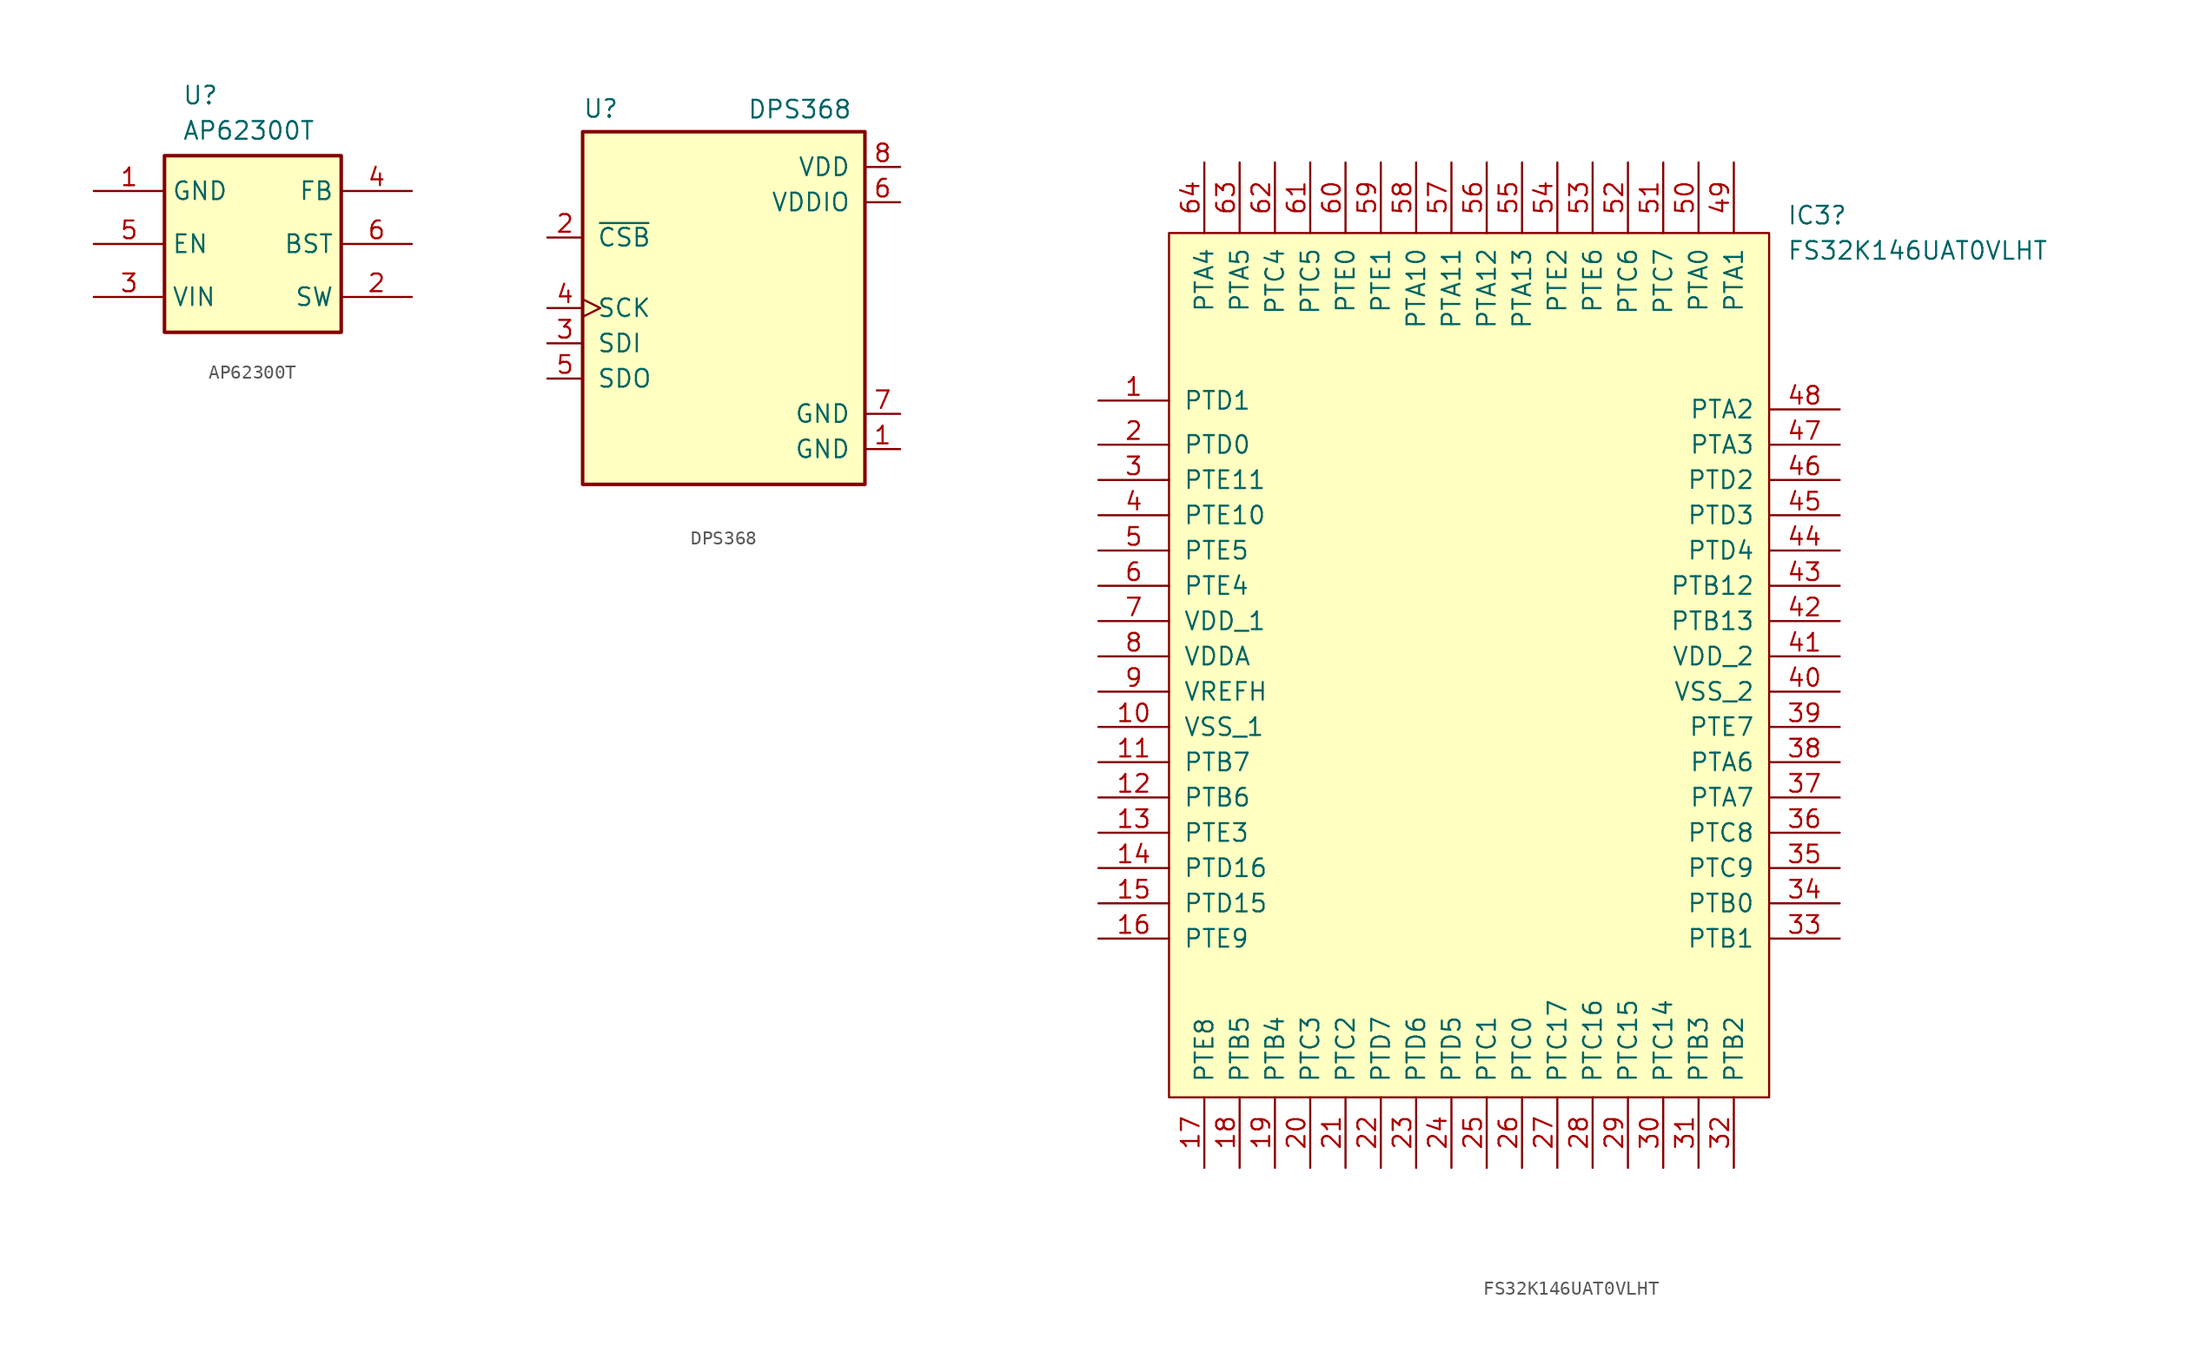
<source format=kicad_sym>
(kicad_symbol_lib
  (version 20231120)
  (generator "kicad_symbol_editor")
  (generator_version "8.0")
  (symbol "AP62300T"
    (property "Reference" "U"
      (at -5.08 11.43 0)
      (effects (font (size 1.27 1.27)) (justify left top)))
    (property "Value" "AP62300T"
      (at -5.08 8.89 0)
      (effects (font (size 1.27 1.27)) (justify left top)))
    (symbol "AP62300T_0_1"
      (rectangle (start -6.35 6.35) (end 6.35 -6.35) (stroke (width 0.254) (type default)) (fill (type background))))
    (symbol "AP62300T_1_0"
      (pin power_in line (at -11.43 3.81 0) (length 5.08) (name "GND" (effects (font (size 1.27 1.27)))) (number "1" (effects (font (size 1.27 1.27)))))
      (pin power_out line (at 11.43 -3.81 180) (length 5.08) (name "SW" (effects (font (size 1.27 1.27)))) (number "2" (effects (font (size 1.27 1.27)))))
      (pin power_in line (at -11.43 -3.81 0) (length 5.08) (name "VIN" (effects (font (size 1.27 1.27)))) (number "3" (effects (font (size 1.27 1.27)))))
      (pin bidirectional line (at 11.43 3.81 180) (length 5.08) (name "FB" (effects (font (size 1.27 1.27)))) (number "4" (effects (font (size 1.27 1.27)))))
      (pin bidirectional line (at -11.43 0 0) (length 5.08) (name "EN" (effects (font (size 1.27 1.27)))) (number "5" (effects (font (size 1.27 1.27)))))
      (pin bidirectional line (at 11.43 0 180) (length 5.08) (name "BST" (effects (font (size 1.27 1.27)))) (number "6" (effects (font (size 1.27 1.27)))))))
  (symbol "DPS368"
    (pin_names
      (offset 1.016))
    (property "Reference" "U"
      (at -10.16 13.614 0)
      (effects (font (size 1.27 1.27)) (justify left bottom)))
    (property "Value" "DPS368"
      (at 1.676 13.564 0)
      (effects (font (size 1.27 1.27)) (justify left bottom)))
    (symbol "DPS368_0_0"
      (rectangle (start -10.16 -12.7) (end 10.16 12.7) (stroke (width 0.254) (type default)) (fill (type background)))
      (pin power_in line (at 12.7 -10.16 180) (length 2.54) (name "GND" (effects (font (size 1.27 1.27)))) (number "1" (effects (font (size 1.27 1.27)))))
      (pin input line (at -12.7 5.08 0) (length 2.54) (name "~{CSB}" (effects (font (size 1.27 1.27)))) (number "2" (effects (font (size 1.27 1.27)))))
      (pin bidirectional line (at -12.7 -2.54 0) (length 2.54) (name "SDI" (effects (font (size 1.27 1.27)))) (number "3" (effects (font (size 1.27 1.27)))))
      (pin input clock (at -12.7 0 0) (length 2.54) (name "SCK" (effects (font (size 1.27 1.27)))) (number "4" (effects (font (size 1.27 1.27)))))
      (pin output line (at -12.7 -5.08 0) (length 2.54) (name "SDO" (effects (font (size 1.27 1.27)))) (number "5" (effects (font (size 1.27 1.27)))))
      (pin power_in line (at 12.7 7.62 180) (length 2.54) (name "VDDIO" (effects (font (size 1.27 1.27)))) (number "6" (effects (font (size 1.27 1.27)))))
      (pin power_in line (at 12.7 -7.62 180) (length 2.54) (name "GND" (effects (font (size 1.27 1.27)))) (number "7" (effects (font (size 1.27 1.27)))))
      (pin power_in line (at 12.7 10.16 180) (length 2.54) (name "VDD" (effects (font (size 1.27 1.27)))) (number "8" (effects (font (size 1.27 1.27)))))))
  (symbol "FS32K146UAT0VLHT"
    (pin_names
      (offset 1.016))
    (property "Reference" "IC3"
      (at 24.13 34.29 0)
      (effects (font (size 1.27 1.27)) (justify left)))
    (property "Value" "FS32K146UAT0VLHT"
      (at 24.13 31.75 0)
      (effects (font (size 1.27 1.27)) (justify left)))
    (symbol "FS32K146UAT0VLHT_1_1"
      (rectangle (start -20.32 -29.21) (end 22.86 33.02) (stroke (width 0) (type default)) (fill (type background)))
      (pin unspecified line (at -25.4 20.955 0) (length 5.08) (name "PTD1" (effects (font (size 1.27 1.27)))) (number "1" (effects (font (size 1.27 1.27)))))
      (pin power_in line (at -25.4 -2.54 0) (length 5.08) (name "VSS_1" (effects (font (size 1.27 1.27)))) (number "10" (effects (font (size 1.27 1.27)))))
      (pin passive line (at -25.4 -5.08 0) (length 5.08) (name "PTB7" (effects (font (size 1.27 1.27)))) (number "11" (effects (font (size 1.27 1.27)))))
      (pin passive line (at -25.4 -7.62 0) (length 5.08) (name "PTB6" (effects (font (size 1.27 1.27)))) (number "12" (effects (font (size 1.27 1.27)))))
      (pin unspecified line (at -25.4 -10.16 0) (length 5.08) (name "PTE3" (effects (font (size 1.27 1.27)))) (number "13" (effects (font (size 1.27 1.27)))))
      (pin unspecified line (at -25.4 -12.7 0) (length 5.08) (name "PTD16" (effects (font (size 1.27 1.27)))) (number "14" (effects (font (size 1.27 1.27)))))
      (pin unspecified line (at -25.4 -15.24 0) (length 5.08) (name "PTD15" (effects (font (size 1.27 1.27)))) (number "15" (effects (font (size 1.27 1.27)))))
      (pin unspecified line (at -25.4 -17.78 0) (length 5.08) (name "PTE9" (effects (font (size 1.27 1.27)))) (number "16" (effects (font (size 1.27 1.27)))))
      (pin output line (at -17.78 -34.29 90) (length 5.08) (name "PTE8" (effects (font (size 1.27 1.27)))) (number "17" (effects (font (size 1.27 1.27)))))
      (pin output line (at -15.24 -34.29 90) (length 5.08) (name "PTB5" (effects (font (size 1.27 1.27)))) (number "18" (effects (font (size 1.27 1.27)))))
      (pin unspecified line (at -12.7 -34.29 90) (length 5.08) (name "PTB4" (effects (font (size 1.27 1.27)))) (number "19" (effects (font (size 1.27 1.27)))))
      (pin unspecified line (at -25.4 17.78 0) (length 5.08) (name "PTD0" (effects (font (size 1.27 1.27)))) (number "2" (effects (font (size 1.27 1.27)))))
      (pin unspecified line (at -10.16 -34.29 90) (length 5.08) (name "PTC3" (effects (font (size 1.27 1.27)))) (number "20" (effects (font (size 1.27 1.27)))))
      (pin unspecified line (at -7.62 -34.29 90) (length 5.08) (name "PTC2" (effects (font (size 1.27 1.27)))) (number "21" (effects (font (size 1.27 1.27)))))
      (pin power_out line (at -5.08 -34.29 90) (length 5.08) (name "PTD7" (effects (font (size 1.27 1.27)))) (number "22" (effects (font (size 1.27 1.27)))))
      (pin unspecified line (at -2.54 -34.29 90) (length 5.08) (name "PTD6" (effects (font (size 1.27 1.27)))) (number "23" (effects (font (size 1.27 1.27)))))
      (pin unspecified line (at 0 -34.29 90) (length 5.08) (name "PTD5" (effects (font (size 1.27 1.27)))) (number "24" (effects (font (size 1.27 1.27)))))
      (pin unspecified line (at 2.54 -34.29 90) (length 5.08) (name "PTC1" (effects (font (size 1.27 1.27)))) (number "25" (effects (font (size 1.27 1.27)))))
      (pin unspecified line (at 5.08 -34.29 90) (length 5.08) (name "PTC0" (effects (font (size 1.27 1.27)))) (number "26" (effects (font (size 1.27 1.27)))))
      (pin unspecified line (at 7.62 -34.29 90) (length 5.08) (name "PTC17" (effects (font (size 1.27 1.27)))) (number "27" (effects (font (size 1.27 1.27)))))
      (pin unspecified line (at 10.16 -34.29 90) (length 5.08) (name "PTC16" (effects (font (size 1.27 1.27)))) (number "28" (effects (font (size 1.27 1.27)))))
      (pin unspecified line (at 12.7 -34.29 90) (length 5.08) (name "PTC15" (effects (font (size 1.27 1.27)))) (number "29" (effects (font (size 1.27 1.27)))))
      (pin unspecified line (at -25.4 15.24 0) (length 5.08) (name "PTE11" (effects (font (size 1.27 1.27)))) (number "3" (effects (font (size 1.27 1.27)))))
      (pin unspecified line (at 15.24 -34.29 90) (length 5.08) (name "PTC14" (effects (font (size 1.27 1.27)))) (number "30" (effects (font (size 1.27 1.27)))))
      (pin unspecified line (at 17.78 -34.29 90) (length 5.08) (name "PTB3" (effects (font (size 1.27 1.27)))) (number "31" (effects (font (size 1.27 1.27)))))
      (pin unspecified line (at 20.32 -34.29 90) (length 5.08) (name "PTB2" (effects (font (size 1.27 1.27)))) (number "32" (effects (font (size 1.27 1.27)))))
      (pin output line (at 27.94 -17.78 180) (length 5.08) (name "PTB1" (effects (font (size 1.27 1.27)))) (number "33" (effects (font (size 1.27 1.27)))))
      (pin input line (at 27.94 -15.24 180) (length 5.08) (name "PTB0" (effects (font (size 1.27 1.27)))) (number "34" (effects (font (size 1.27 1.27)))))
      (pin input line (at 27.94 -12.7 180) (length 5.08) (name "PTC9" (effects (font (size 1.27 1.27)))) (number "35" (effects (font (size 1.27 1.27)))))
      (pin input line (at 27.94 -10.16 180) (length 5.08) (name "PTC8" (effects (font (size 1.27 1.27)))) (number "36" (effects (font (size 1.27 1.27)))))
      (pin unspecified line (at 27.94 -7.62 180) (length 5.08) (name "PTA7" (effects (font (size 1.27 1.27)))) (number "37" (effects (font (size 1.27 1.27)))))
      (pin unspecified line (at 27.94 -5.08 180) (length 5.08) (name "PTA6" (effects (font (size 1.27 1.27)))) (number "38" (effects (font (size 1.27 1.27)))))
      (pin unspecified line (at 27.94 -2.54 180) (length 5.08) (name "PTE7" (effects (font (size 1.27 1.27)))) (number "39" (effects (font (size 1.27 1.27)))))
      (pin unspecified line (at -25.4 12.7 0) (length 5.08) (name "PTE10" (effects (font (size 1.27 1.27)))) (number "4" (effects (font (size 1.27 1.27)))))
      (pin power_in line (at 27.94 0 180) (length 5.08) (name "VSS_2" (effects (font (size 1.27 1.27)))) (number "40" (effects (font (size 1.27 1.27)))))
      (pin power_in line (at 27.94 2.54 180) (length 5.08) (name "VDD_2" (effects (font (size 1.27 1.27)))) (number "41" (effects (font (size 1.27 1.27)))))
      (pin unspecified line (at 27.94 5.08 180) (length 5.08) (name "PTB13" (effects (font (size 1.27 1.27)))) (number "42" (effects (font (size 1.27 1.27)))))
      (pin unspecified line (at 27.94 7.62 180) (length 5.08) (name "PTB12" (effects (font (size 1.27 1.27)))) (number "43" (effects (font (size 1.27 1.27)))))
      (pin unspecified line (at 27.94 10.16 180) (length 5.08) (name "PTD4" (effects (font (size 1.27 1.27)))) (number "44" (effects (font (size 1.27 1.27)))))
      (pin unspecified line (at 27.94 12.7 180) (length 5.08) (name "PTD3" (effects (font (size 1.27 1.27)))) (number "45" (effects (font (size 1.27 1.27)))))
      (pin unspecified line (at 27.94 15.24 180) (length 5.08) (name "PTD2" (effects (font (size 1.27 1.27)))) (number "46" (effects (font (size 1.27 1.27)))))
      (pin output line (at 27.94 17.78 180) (length 5.08) (name "PTA3" (effects (font (size 1.27 1.27)))) (number "47" (effects (font (size 1.27 1.27)))))
      (pin bidirectional line (at 27.94 20.32 180) (length 5.08) (name "PTA2" (effects (font (size 1.27 1.27)))) (number "48" (effects (font (size 1.27 1.27)))))
      (pin unspecified line (at 20.32 38.1 270) (length 5.08) (name "PTA1" (effects (font (size 1.27 1.27)))) (number "49" (effects (font (size 1.27 1.27)))))
      (pin unspecified line (at -25.4 10.16 0) (length 5.08) (name "PTE5" (effects (font (size 1.27 1.27)))) (number "5" (effects (font (size 1.27 1.27)))))
      (pin unspecified line (at 17.78 38.1 270) (length 5.08) (name "PTA0" (effects (font (size 1.27 1.27)))) (number "50" (effects (font (size 1.27 1.27)))))
      (pin unspecified line (at 15.24 38.1 270) (length 5.08) (name "PTC7" (effects (font (size 1.27 1.27)))) (number "51" (effects (font (size 1.27 1.27)))))
      (pin unspecified line (at 12.7 38.1 270) (length 5.08) (name "PTC6" (effects (font (size 1.27 1.27)))) (number "52" (effects (font (size 1.27 1.27)))))
      (pin unspecified line (at 10.16 38.1 270) (length 5.08) (name "PTE6" (effects (font (size 1.27 1.27)))) (number "53" (effects (font (size 1.27 1.27)))))
      (pin unspecified line (at 7.62 38.1 270) (length 5.08) (name "PTE2" (effects (font (size 1.27 1.27)))) (number "54" (effects (font (size 1.27 1.27)))))
      (pin output line (at 5.08 38.1 270) (length 5.08) (name "PTA13" (effects (font (size 1.27 1.27)))) (number "55" (effects (font (size 1.27 1.27)))))
      (pin input line (at 2.54 38.1 270) (length 5.08) (name "PTA12" (effects (font (size 1.27 1.27)))) (number "56" (effects (font (size 1.27 1.27)))))
      (pin unspecified line (at 0 38.1 270) (length 5.08) (name "PTA11" (effects (font (size 1.27 1.27)))) (number "57" (effects (font (size 1.27 1.27)))))
      (pin output line (at -2.54 38.1 270) (length 5.08) (name "PTA10" (effects (font (size 1.27 1.27)))) (number "58" (effects (font (size 1.27 1.27)))))
      (pin unspecified line (at -5.08 38.1 270) (length 5.08) (name "PTE1" (effects (font (size 1.27 1.27)))) (number "59" (effects (font (size 1.27 1.27)))))
      (pin unspecified line (at -25.4 7.62 0) (length 5.08) (name "PTE4" (effects (font (size 1.27 1.27)))) (number "6" (effects (font (size 1.27 1.27)))))
      (pin unspecified line (at -7.62 38.1 270) (length 5.08) (name "PTE0" (effects (font (size 1.27 1.27)))) (number "60" (effects (font (size 1.27 1.27)))))
      (pin output line (at -10.16 38.1 270) (length 5.08) (name "PTC5" (effects (font (size 1.27 1.27)))) (number "61" (effects (font (size 1.27 1.27)))))
      (pin input line (at -12.7 38.1 270) (length 5.08) (name "PTC4" (effects (font (size 1.27 1.27)))) (number "62" (effects (font (size 1.27 1.27)))))
      (pin input line (at -15.24 38.1 270) (length 5.08) (name "PTA5" (effects (font (size 1.27 1.27)))) (number "63" (effects (font (size 1.27 1.27)))))
      (pin bidirectional line (at -17.78 38.1 270) (length 5.08) (name "PTA4" (effects (font (size 1.27 1.27)))) (number "64" (effects (font (size 1.27 1.27)))))
      (pin power_in line (at -25.4 5.08 0) (length 5.08) (name "VDD_1" (effects (font (size 1.27 1.27)))) (number "7" (effects (font (size 1.27 1.27)))))
      (pin power_in line (at -25.4 2.54 0) (length 5.08) (name "VDDA" (effects (font (size 1.27 1.27)))) (number "8" (effects (font (size 1.27 1.27)))))
      (pin power_in line (at -25.4 0 0) (length 5.08) (name "VREFH" (effects (font (size 1.27 1.27)))) (number "9" (effects (font (size 1.27 1.27))))))))
</source>
